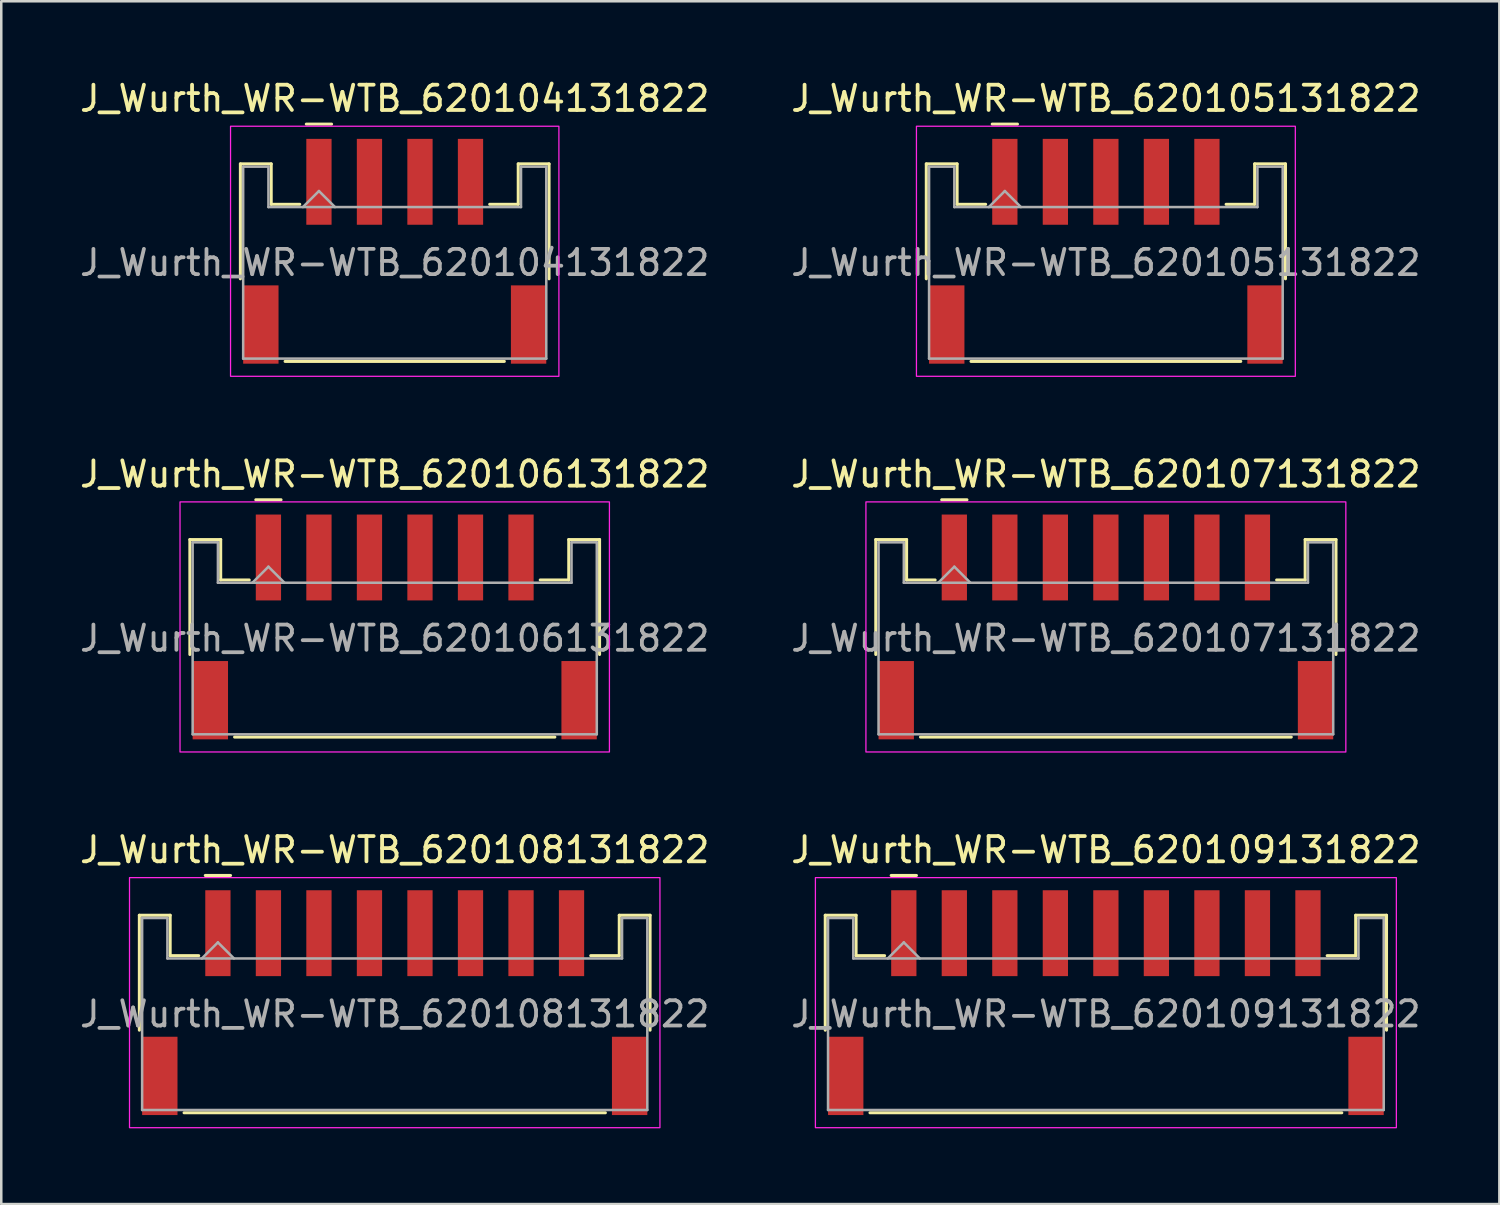
<source format=kicad_pcb>
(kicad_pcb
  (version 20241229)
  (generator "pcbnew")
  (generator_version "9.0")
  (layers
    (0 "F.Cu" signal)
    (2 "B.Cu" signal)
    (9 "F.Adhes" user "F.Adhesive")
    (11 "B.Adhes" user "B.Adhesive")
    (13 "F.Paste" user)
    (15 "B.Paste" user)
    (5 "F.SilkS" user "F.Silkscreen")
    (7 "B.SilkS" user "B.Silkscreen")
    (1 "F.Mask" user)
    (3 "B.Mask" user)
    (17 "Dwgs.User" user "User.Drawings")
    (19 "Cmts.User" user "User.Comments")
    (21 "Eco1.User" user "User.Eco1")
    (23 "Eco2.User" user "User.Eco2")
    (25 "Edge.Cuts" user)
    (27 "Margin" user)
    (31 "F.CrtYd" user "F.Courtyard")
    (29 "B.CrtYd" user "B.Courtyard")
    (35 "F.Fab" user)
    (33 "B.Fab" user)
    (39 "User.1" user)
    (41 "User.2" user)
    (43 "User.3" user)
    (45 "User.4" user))
  (footprint "J_Wurth_WR-WTB_620105131822"
    (layer "F.Cu")
    (at 40.732 7.348)
    (property "Reference" "J_Wurth_WR-WTB_620105131822" (at 0 -6.5 0) (unlocked yes) (layer "F.SilkS") (effects (font (size 1 1) (thickness 0.15))))
    (attr smd)
    (fp_line (start -7.11 -3.91) (end -5.89 -3.91) (stroke (width 0.12) (type solid)) (layer "F.SilkS"))
    (fp_line (start -7.11 0.64) (end -7.11 -3.91) (stroke (width 0.12) (type solid)) (layer "F.SilkS"))
    (fp_line (start -5.89 -3.91) (end -5.89 -2.31) (stroke (width 0.12) (type solid)) (layer "F.SilkS"))
    (fp_line (start -5.89 -2.31) (end -4.76 -2.31) (stroke (width 0.12) (type solid)) (layer "F.SilkS"))
    (fp_line (start -4.5 -5.485) (end -3.5 -5.485) (stroke (width 0.12) (type solid)) (layer "F.SilkS"))
    (fp_line (start 4.76 -2.31) (end 5.89 -2.31) (stroke (width 0.12) (type solid)) (layer "F.SilkS"))
    (fp_line (start 5.34 3.91) (end -5.34 3.91) (stroke (width 0.12) (type solid)) (layer "F.SilkS"))
    (fp_line (start 5.89 -3.91) (end 5.89 -2.31) (stroke (width 0.12) (type solid)) (layer "F.SilkS"))
    (fp_line (start 7.11 -3.91) (end 5.89 -3.91) (stroke (width 0.12) (type solid)) (layer "F.SilkS"))
    (fp_line (start 7.11 -3.91) (end 7.11 0.64) (stroke (width 0.12) (type solid)) (layer "F.SilkS"))
    (fp_rect (start -7.5 -5.4) (end 7.5 4.5) (stroke (width 0.05) (type solid)) (fill no) (layer "F.CrtYd"))
    (fp_line (start -7 -3.8) (end -6 -3.8) (stroke (width 0.1) (type solid)) (layer "F.Fab"))
    (fp_line (start -7 3.8) (end -7 -3.8) (stroke (width 0.1) (type default)) (layer "F.Fab"))
    (fp_line (start -6 -3.8) (end -6 -2.2) (stroke (width 0.1) (type solid)) (layer "F.Fab"))
    (fp_line (start -6 -2.2) (end 6 -2.2) (stroke (width 0.1) (type default)) (layer "F.Fab"))
    (fp_line (start -4 -2.835) (end -4.635 -2.2) (stroke (width 0.1) (type default)) (layer "F.Fab"))
    (fp_line (start -3.365 -2.2) (end -4 -2.835) (stroke (width 0.1) (type default)) (layer "F.Fab"))
    (fp_line (start 6 -3.8) (end 6 -2.2) (stroke (width 0.1) (type solid)) (layer "F.Fab"))
    (fp_line (start 7 -3.8) (end 6 -3.8) (stroke (width 0.1) (type solid)) (layer "F.Fab"))
    (fp_line (start 7 -3.8) (end 7 3.8) (stroke (width 0.1) (type default)) (layer "F.Fab"))
    (fp_line (start 7 3.8) (end -7 3.8) (stroke (width 0.1) (type default)) (layer "F.Fab"))
    (fp_text user "${REFERENCE}" (at 0 0 0) (unlocked yes) (layer "F.Fab") (effects (font (size 1 1) (thickness 0.15))))
    (pad "1" smd rect (at -4 -3.2) (size 1 3.4) (layers "F.Cu" "F.Mask" "F.Paste"))
    (pad "2" smd rect (at -2 -3.2) (size 1 3.4) (layers "F.Cu" "F.Mask" "F.Paste"))
    (pad "3" smd rect (at 0 -3.2) (size 1 3.4) (layers "F.Cu" "F.Mask" "F.Paste"))
    (pad "4" smd rect (at 2 -3.2) (size 1 3.4) (layers "F.Cu" "F.Mask" "F.Paste"))
    (pad "5" smd rect (at 4 -3.2) (size 1 3.4) (layers "F.Cu" "F.Mask" "F.Paste"))
    (pad "MP1" smd rect (at -6.3 2.45) (size 1.4 3.1) (layers "F.Cu" "F.Mask" "F.Paste"))
    (pad "MP2" smd rect (at 6.3 2.45) (size 1.4 3.1) (layers "F.Cu" "F.Mask" "F.Paste")))
  (footprint "J_Wurth_WR-WTB_620107131822"
    (layer "F.Cu")
    (at 40.732 22.221)
    (property "Reference" "J_Wurth_WR-WTB_620107131822" (at 0 -6.5 0) (unlocked yes) (layer "F.SilkS") (effects (font (size 1 1) (thickness 0.15))))
    (attr smd)
    (fp_line (start -9.11 -3.91) (end -7.89 -3.91) (stroke (width 0.12) (type solid)) (layer "F.SilkS"))
    (fp_line (start -9.11 0.64) (end -9.11 -3.91) (stroke (width 0.12) (type solid)) (layer "F.SilkS"))
    (fp_line (start -7.89 -3.91) (end -7.89 -2.31) (stroke (width 0.12) (type solid)) (layer "F.SilkS"))
    (fp_line (start -7.89 -2.31) (end -6.76 -2.31) (stroke (width 0.12) (type solid)) (layer "F.SilkS"))
    (fp_line (start -6.5 -5.485) (end -5.5 -5.485) (stroke (width 0.12) (type solid)) (layer "F.SilkS"))
    (fp_line (start 6.76 -2.31) (end 7.89 -2.31) (stroke (width 0.12) (type solid)) (layer "F.SilkS"))
    (fp_line (start 7.34 3.91) (end -7.34 3.91) (stroke (width 0.12) (type solid)) (layer "F.SilkS"))
    (fp_line (start 7.89 -3.91) (end 7.89 -2.31) (stroke (width 0.12) (type solid)) (layer "F.SilkS"))
    (fp_line (start 9.11 -3.91) (end 7.89 -3.91) (stroke (width 0.12) (type solid)) (layer "F.SilkS"))
    (fp_line (start 9.11 -3.91) (end 9.11 0.64) (stroke (width 0.12) (type solid)) (layer "F.SilkS"))
    (fp_rect (start -9.5 -5.4) (end 9.5 4.5) (stroke (width 0.05) (type solid)) (fill no) (layer "F.CrtYd"))
    (fp_line (start -9 -3.8) (end -8 -3.8) (stroke (width 0.1) (type solid)) (layer "F.Fab"))
    (fp_line (start -9 3.8) (end -9 -3.8) (stroke (width 0.1) (type default)) (layer "F.Fab"))
    (fp_line (start -8 -3.8) (end -8 -2.2) (stroke (width 0.1) (type solid)) (layer "F.Fab"))
    (fp_line (start -8 -2.2) (end 8 -2.2) (stroke (width 0.1) (type default)) (layer "F.Fab"))
    (fp_line (start -6 -2.835) (end -6.635 -2.2) (stroke (width 0.1) (type default)) (layer "F.Fab"))
    (fp_line (start -5.365 -2.2) (end -6 -2.835) (stroke (width 0.1) (type default)) (layer "F.Fab"))
    (fp_line (start 8 -3.8) (end 8 -2.2) (stroke (width 0.1) (type solid)) (layer "F.Fab"))
    (fp_line (start 9 -3.8) (end 8 -3.8) (stroke (width 0.1) (type solid)) (layer "F.Fab"))
    (fp_line (start 9 -3.8) (end 9 3.8) (stroke (width 0.1) (type default)) (layer "F.Fab"))
    (fp_line (start 9 3.8) (end -9 3.8) (stroke (width 0.1) (type default)) (layer "F.Fab"))
    (fp_text user "${REFERENCE}" (at 0 0 0) (unlocked yes) (layer "F.Fab") (effects (font (size 1 1) (thickness 0.15))))
    (pad "1" smd rect (at -6 -3.2) (size 1 3.4) (layers "F.Cu" "F.Mask" "F.Paste"))
    (pad "2" smd rect (at -4 -3.2) (size 1 3.4) (layers "F.Cu" "F.Mask" "F.Paste"))
    (pad "3" smd rect (at -2 -3.2) (size 1 3.4) (layers "F.Cu" "F.Mask" "F.Paste"))
    (pad "4" smd rect (at 0 -3.2) (size 1 3.4) (layers "F.Cu" "F.Mask" "F.Paste"))
    (pad "5" smd rect (at 2 -3.2) (size 1 3.4) (layers "F.Cu" "F.Mask" "F.Paste"))
    (pad "6" smd rect (at 4 -3.2) (size 1 3.4) (layers "F.Cu" "F.Mask" "F.Paste"))
    (pad "7" smd rect (at 6 -3.2) (size 1 3.4) (layers "F.Cu" "F.Mask" "F.Paste"))
    (pad "MP1" smd rect (at -8.3 2.45) (size 1.4 3.1) (layers "F.Cu" "F.Mask" "F.Paste"))
    (pad "MP2" smd rect (at 8.3 2.45) (size 1.4 3.1) (layers "F.Cu" "F.Mask" "F.Paste")))
  (footprint "J_Wurth_WR-WTB_620108131822"
    (layer "F.Cu")
    (at 12.577 37.095)
    (property "Reference" "J_Wurth_WR-WTB_620108131822" (at 0 -6.5 0) (unlocked yes) (layer "F.SilkS") (effects (font (size 1 1) (thickness 0.15))))
    (attr smd)
    (fp_line (start -10.11 -3.91) (end -8.89 -3.91) (stroke (width 0.12) (type solid)) (layer "F.SilkS"))
    (fp_line (start -10.11 0.64) (end -10.11 -3.91) (stroke (width 0.12) (type solid)) (layer "F.SilkS"))
    (fp_line (start -8.89 -3.91) (end -8.89 -2.31) (stroke (width 0.12) (type solid)) (layer "F.SilkS"))
    (fp_line (start -8.89 -2.31) (end -7.76 -2.31) (stroke (width 0.12) (type solid)) (layer "F.SilkS"))
    (fp_line (start -7.5 -5.485) (end -6.5 -5.485) (stroke (width 0.12) (type solid)) (layer "F.SilkS"))
    (fp_line (start 7.76 -2.31) (end 8.89 -2.31) (stroke (width 0.12) (type solid)) (layer "F.SilkS"))
    (fp_line (start 8.34 3.91) (end -8.34 3.91) (stroke (width 0.12) (type solid)) (layer "F.SilkS"))
    (fp_line (start 8.89 -3.91) (end 8.89 -2.31) (stroke (width 0.12) (type solid)) (layer "F.SilkS"))
    (fp_line (start 10.11 -3.91) (end 8.89 -3.91) (stroke (width 0.12) (type solid)) (layer "F.SilkS"))
    (fp_line (start 10.11 -3.91) (end 10.11 0.64) (stroke (width 0.12) (type solid)) (layer "F.SilkS"))
    (fp_rect (start -10.5 -5.4) (end 10.5 4.5) (stroke (width 0.05) (type solid)) (fill no) (layer "F.CrtYd"))
    (fp_line (start -10 -3.8) (end -9 -3.8) (stroke (width 0.1) (type solid)) (layer "F.Fab"))
    (fp_line (start -10 3.8) (end -10 -3.8) (stroke (width 0.1) (type default)) (layer "F.Fab"))
    (fp_line (start -9 -3.8) (end -9 -2.2) (stroke (width 0.1) (type solid)) (layer "F.Fab"))
    (fp_line (start -9 -2.2) (end 9 -2.2) (stroke (width 0.1) (type default)) (layer "F.Fab"))
    (fp_line (start -7 -2.835) (end -7.635 -2.2) (stroke (width 0.1) (type default)) (layer "F.Fab"))
    (fp_line (start -6.365 -2.2) (end -7 -2.835) (stroke (width 0.1) (type default)) (layer "F.Fab"))
    (fp_line (start 9 -3.8) (end 9 -2.2) (stroke (width 0.1) (type solid)) (layer "F.Fab"))
    (fp_line (start 10 -3.8) (end 9 -3.8) (stroke (width 0.1) (type solid)) (layer "F.Fab"))
    (fp_line (start 10 -3.8) (end 10 3.8) (stroke (width 0.1) (type default)) (layer "F.Fab"))
    (fp_line (start 10 3.8) (end -10 3.8) (stroke (width 0.1) (type default)) (layer "F.Fab"))
    (fp_text user "${REFERENCE}" (at 0 0 0) (unlocked yes) (layer "F.Fab") (effects (font (size 1 1) (thickness 0.15))))
    (pad "1" smd rect (at -7 -3.2) (size 1 3.4) (layers "F.Cu" "F.Mask" "F.Paste"))
    (pad "2" smd rect (at -5 -3.2) (size 1 3.4) (layers "F.Cu" "F.Mask" "F.Paste"))
    (pad "3" smd rect (at -3 -3.2) (size 1 3.4) (layers "F.Cu" "F.Mask" "F.Paste"))
    (pad "4" smd rect (at -1 -3.2) (size 1 3.4) (layers "F.Cu" "F.Mask" "F.Paste"))
    (pad "5" smd rect (at 1 -3.2) (size 1 3.4) (layers "F.Cu" "F.Mask" "F.Paste"))
    (pad "6" smd rect (at 3 -3.2) (size 1 3.4) (layers "F.Cu" "F.Mask" "F.Paste"))
    (pad "7" smd rect (at 5 -3.2) (size 1 3.4) (layers "F.Cu" "F.Mask" "F.Paste"))
    (pad "8" smd rect (at 7 -3.2) (size 1 3.4) (layers "F.Cu" "F.Mask" "F.Paste"))
    (pad "MP1" smd rect (at -9.3 2.45) (size 1.4 3.1) (layers "F.Cu" "F.Mask" "F.Paste"))
    (pad "MP2" smd rect (at 9.3 2.45) (size 1.4 3.1) (layers "F.Cu" "F.Mask" "F.Paste")))
  (footprint "J_Wurth_WR-WTB_620106131822"
    (layer "F.Cu")
    (at 12.577 22.221)
    (property "Reference" "J_Wurth_WR-WTB_620106131822" (at 0 -6.5 0) (unlocked yes) (layer "F.SilkS") (effects (font (size 1 1) (thickness 0.15))))
    (attr smd)
    (fp_line (start -8.11 -3.91) (end -6.89 -3.91) (stroke (width 0.12) (type solid)) (layer "F.SilkS"))
    (fp_line (start -8.11 0.64) (end -8.11 -3.91) (stroke (width 0.12) (type solid)) (layer "F.SilkS"))
    (fp_line (start -6.89 -3.91) (end -6.89 -2.31) (stroke (width 0.12) (type solid)) (layer "F.SilkS"))
    (fp_line (start -6.89 -2.31) (end -5.76 -2.31) (stroke (width 0.12) (type solid)) (layer "F.SilkS"))
    (fp_line (start -5.5 -5.485) (end -4.5 -5.485) (stroke (width 0.12) (type solid)) (layer "F.SilkS"))
    (fp_line (start 5.76 -2.31) (end 6.89 -2.31) (stroke (width 0.12) (type solid)) (layer "F.SilkS"))
    (fp_line (start 6.34 3.91) (end -6.34 3.91) (stroke (width 0.12) (type solid)) (layer "F.SilkS"))
    (fp_line (start 6.89 -3.91) (end 6.89 -2.31) (stroke (width 0.12) (type solid)) (layer "F.SilkS"))
    (fp_line (start 8.11 -3.91) (end 6.89 -3.91) (stroke (width 0.12) (type solid)) (layer "F.SilkS"))
    (fp_line (start 8.11 -3.91) (end 8.11 0.64) (stroke (width 0.12) (type solid)) (layer "F.SilkS"))
    (fp_rect (start -8.5 -5.4) (end 8.5 4.5) (stroke (width 0.05) (type solid)) (fill no) (layer "F.CrtYd"))
    (fp_line (start -8 -3.8) (end -7 -3.8) (stroke (width 0.1) (type solid)) (layer "F.Fab"))
    (fp_line (start -8 3.8) (end -8 -3.8) (stroke (width 0.1) (type default)) (layer "F.Fab"))
    (fp_line (start -7 -3.8) (end -7 -2.2) (stroke (width 0.1) (type solid)) (layer "F.Fab"))
    (fp_line (start -7 -2.2) (end 7 -2.2) (stroke (width 0.1) (type default)) (layer "F.Fab"))
    (fp_line (start -5 -2.835) (end -5.635 -2.2) (stroke (width 0.1) (type default)) (layer "F.Fab"))
    (fp_line (start -4.365 -2.2) (end -5 -2.835) (stroke (width 0.1) (type default)) (layer "F.Fab"))
    (fp_line (start 7 -3.8) (end 7 -2.2) (stroke (width 0.1) (type solid)) (layer "F.Fab"))
    (fp_line (start 8 -3.8) (end 7 -3.8) (stroke (width 0.1) (type solid)) (layer "F.Fab"))
    (fp_line (start 8 -3.8) (end 8 3.8) (stroke (width 0.1) (type default)) (layer "F.Fab"))
    (fp_line (start 8 3.8) (end -8 3.8) (stroke (width 0.1) (type default)) (layer "F.Fab"))
    (fp_text user "${REFERENCE}" (at 0 0 0) (unlocked yes) (layer "F.Fab") (effects (font (size 1 1) (thickness 0.15))))
    (pad "1" smd rect (at -5 -3.2) (size 1 3.4) (layers "F.Cu" "F.Mask" "F.Paste"))
    (pad "2" smd rect (at -3 -3.2) (size 1 3.4) (layers "F.Cu" "F.Mask" "F.Paste"))
    (pad "3" smd rect (at -1 -3.2) (size 1 3.4) (layers "F.Cu" "F.Mask" "F.Paste"))
    (pad "4" smd rect (at 1 -3.2) (size 1 3.4) (layers "F.Cu" "F.Mask" "F.Paste"))
    (pad "5" smd rect (at 3 -3.2) (size 1 3.4) (layers "F.Cu" "F.Mask" "F.Paste"))
    (pad "6" smd rect (at 5 -3.2) (size 1 3.4) (layers "F.Cu" "F.Mask" "F.Paste"))
    (pad "MP1" smd rect (at -7.3 2.45) (size 1.4 3.1) (layers "F.Cu" "F.Mask" "F.Paste"))
    (pad "MP2" smd rect (at 7.3 2.45) (size 1.4 3.1) (layers "F.Cu" "F.Mask" "F.Paste")))
  (footprint "J_Wurth_WR-WTB_620104131822"
    (layer "F.Cu")
    (at 12.577 7.348)
    (property "Reference" "J_Wurth_WR-WTB_620104131822" (at 0 -6.5 0) (unlocked yes) (layer "F.SilkS") (effects (font (size 1 1) (thickness 0.15))))
    (attr smd)
    (fp_line (start -6.11 -3.91) (end -4.89 -3.91) (stroke (width 0.12) (type solid)) (layer "F.SilkS"))
    (fp_line (start -6.11 0.64) (end -6.11 -3.91) (stroke (width 0.12) (type solid)) (layer "F.SilkS"))
    (fp_line (start -4.89 -3.91) (end -4.89 -2.31) (stroke (width 0.12) (type solid)) (layer "F.SilkS"))
    (fp_line (start -4.89 -2.31) (end -3.76 -2.31) (stroke (width 0.12) (type solid)) (layer "F.SilkS"))
    (fp_line (start -3.5 -5.485) (end -2.5 -5.485) (stroke (width 0.12) (type solid)) (layer "F.SilkS"))
    (fp_line (start 3.76 -2.31) (end 4.89 -2.31) (stroke (width 0.12) (type solid)) (layer "F.SilkS"))
    (fp_line (start 4.34 3.91) (end -4.34 3.91) (stroke (width 0.12) (type solid)) (layer "F.SilkS"))
    (fp_line (start 4.89 -3.91) (end 4.89 -2.31) (stroke (width 0.12) (type solid)) (layer "F.SilkS"))
    (fp_line (start 6.11 -3.91) (end 4.89 -3.91) (stroke (width 0.12) (type solid)) (layer "F.SilkS"))
    (fp_line (start 6.11 -3.91) (end 6.11 0.64) (stroke (width 0.12) (type solid)) (layer "F.SilkS"))
    (fp_rect (start -6.5 -5.4) (end 6.5 4.5) (stroke (width 0.05) (type solid)) (fill no) (layer "F.CrtYd"))
    (fp_line (start -6 -3.8) (end -5 -3.8) (stroke (width 0.1) (type solid)) (layer "F.Fab"))
    (fp_line (start -6 3.8) (end -6 -3.8) (stroke (width 0.1) (type default)) (layer "F.Fab"))
    (fp_line (start -5 -3.8) (end -5 -2.2) (stroke (width 0.1) (type solid)) (layer "F.Fab"))
    (fp_line (start -5 -2.2) (end 5 -2.2) (stroke (width 0.1) (type default)) (layer "F.Fab"))
    (fp_line (start -3 -2.835) (end -3.635 -2.2) (stroke (width 0.1) (type default)) (layer "F.Fab"))
    (fp_line (start -2.365 -2.2) (end -3 -2.835) (stroke (width 0.1) (type default)) (layer "F.Fab"))
    (fp_line (start 5 -3.8) (end 5 -2.2) (stroke (width 0.1) (type solid)) (layer "F.Fab"))
    (fp_line (start 6 -3.8) (end 5 -3.8) (stroke (width 0.1) (type solid)) (layer "F.Fab"))
    (fp_line (start 6 -3.8) (end 6 3.8) (stroke (width 0.1) (type default)) (layer "F.Fab"))
    (fp_line (start 6 3.8) (end -6 3.8) (stroke (width 0.1) (type default)) (layer "F.Fab"))
    (fp_text user "${REFERENCE}" (at 0 0 0) (unlocked yes) (layer "F.Fab") (effects (font (size 1 1) (thickness 0.15))))
    (pad "1" smd rect (at -3 -3.2) (size 1 3.4) (layers "F.Cu" "F.Mask" "F.Paste"))
    (pad "2" smd rect (at -1 -3.2) (size 1 3.4) (layers "F.Cu" "F.Mask" "F.Paste"))
    (pad "3" smd rect (at 1 -3.2) (size 1 3.4) (layers "F.Cu" "F.Mask" "F.Paste"))
    (pad "4" smd rect (at 3 -3.2) (size 1 3.4) (layers "F.Cu" "F.Mask" "F.Paste"))
    (pad "MP1" smd rect (at -5.3 2.45) (size 1.4 3.1) (layers "F.Cu" "F.Mask" "F.Paste"))
    (pad "MP2" smd rect (at 5.3 2.45) (size 1.4 3.1) (layers "F.Cu" "F.Mask" "F.Paste")))
  (footprint "J_Wurth_WR-WTB_620109131822"
    (layer "F.Cu")
    (at 40.732 37.095)
    (property "Reference" "J_Wurth_WR-WTB_620109131822" (at 0 -6.5 0) (unlocked yes) (layer "F.SilkS") (effects (font (size 1 1) (thickness 0.15))))
    (attr smd)
    (fp_line (start -11.11 -3.91) (end -9.89 -3.91) (stroke (width 0.12) (type solid)) (layer "F.SilkS"))
    (fp_line (start -11.11 0.64) (end -11.11 -3.91) (stroke (width 0.12) (type solid)) (layer "F.SilkS"))
    (fp_line (start -9.89 -3.91) (end -9.89 -2.31) (stroke (width 0.12) (type solid)) (layer "F.SilkS"))
    (fp_line (start -9.89 -2.31) (end -8.76 -2.31) (stroke (width 0.12) (type solid)) (layer "F.SilkS"))
    (fp_line (start -8.5 -5.485) (end -7.5 -5.485) (stroke (width 0.12) (type solid)) (layer "F.SilkS"))
    (fp_line (start 8.76 -2.31) (end 9.89 -2.31) (stroke (width 0.12) (type solid)) (layer "F.SilkS"))
    (fp_line (start 9.34 3.91) (end -9.34 3.91) (stroke (width 0.12) (type solid)) (layer "F.SilkS"))
    (fp_line (start 9.89 -3.91) (end 9.89 -2.31) (stroke (width 0.12) (type solid)) (layer "F.SilkS"))
    (fp_line (start 11.11 -3.91) (end 9.89 -3.91) (stroke (width 0.12) (type solid)) (layer "F.SilkS"))
    (fp_line (start 11.11 -3.91) (end 11.11 0.64) (stroke (width 0.12) (type solid)) (layer "F.SilkS"))
    (fp_rect (start -11.5 -5.4) (end 11.5 4.5) (stroke (width 0.05) (type solid)) (fill no) (layer "F.CrtYd"))
    (fp_line (start -11 -3.8) (end -10 -3.8) (stroke (width 0.1) (type solid)) (layer "F.Fab"))
    (fp_line (start -11 3.8) (end -11 -3.8) (stroke (width 0.1) (type default)) (layer "F.Fab"))
    (fp_line (start -10 -3.8) (end -10 -2.2) (stroke (width 0.1) (type solid)) (layer "F.Fab"))
    (fp_line (start -10 -2.2) (end 10 -2.2) (stroke (width 0.1) (type default)) (layer "F.Fab"))
    (fp_line (start -8 -2.835) (end -8.635 -2.2) (stroke (width 0.1) (type default)) (layer "F.Fab"))
    (fp_line (start -7.365 -2.2) (end -8 -2.835) (stroke (width 0.1) (type default)) (layer "F.Fab"))
    (fp_line (start 10 -3.8) (end 10 -2.2) (stroke (width 0.1) (type solid)) (layer "F.Fab"))
    (fp_line (start 11 -3.8) (end 10 -3.8) (stroke (width 0.1) (type solid)) (layer "F.Fab"))
    (fp_line (start 11 -3.8) (end 11 3.8) (stroke (width 0.1) (type default)) (layer "F.Fab"))
    (fp_line (start 11 3.8) (end -11 3.8) (stroke (width 0.1) (type default)) (layer "F.Fab"))
    (fp_text user "${REFERENCE}" (at 0 0 0) (unlocked yes) (layer "F.Fab") (effects (font (size 1 1) (thickness 0.15))))
    (pad "1" smd rect (at -8 -3.2) (size 1 3.4) (layers "F.Cu" "F.Mask" "F.Paste"))
    (pad "2" smd rect (at -6 -3.2) (size 1 3.4) (layers "F.Cu" "F.Mask" "F.Paste"))
    (pad "3" smd rect (at -4 -3.2) (size 1 3.4) (layers "F.Cu" "F.Mask" "F.Paste"))
    (pad "4" smd rect (at -2 -3.2) (size 1 3.4) (layers "F.Cu" "F.Mask" "F.Paste"))
    (pad "5" smd rect (at 0 -3.2) (size 1 3.4) (layers "F.Cu" "F.Mask" "F.Paste"))
    (pad "6" smd rect (at 2 -3.2) (size 1 3.4) (layers "F.Cu" "F.Mask" "F.Paste"))
    (pad "7" smd rect (at 4 -3.2) (size 1 3.4) (layers "F.Cu" "F.Mask" "F.Paste"))
    (pad "8" smd rect (at 6 -3.2) (size 1 3.4) (layers "F.Cu" "F.Mask" "F.Paste"))
    (pad "9" smd rect (at 8 -3.2) (size 1 3.4) (layers "F.Cu" "F.Mask" "F.Paste"))
    (pad "MP1" smd rect (at -10.3 2.45) (size 1.4 3.1) (layers "F.Cu" "F.Mask" "F.Paste"))
    (pad "MP2" smd rect (at 10.3 2.45) (size 1.4 3.1) (layers "F.Cu" "F.Mask" "F.Paste")))
  (gr_rect
    (start -3 -3)
    (end 56.31 44.62)
    (stroke (width 0.1) (type default))
    (fill no)
    (layer "Edge.Cuts")))
</source>
